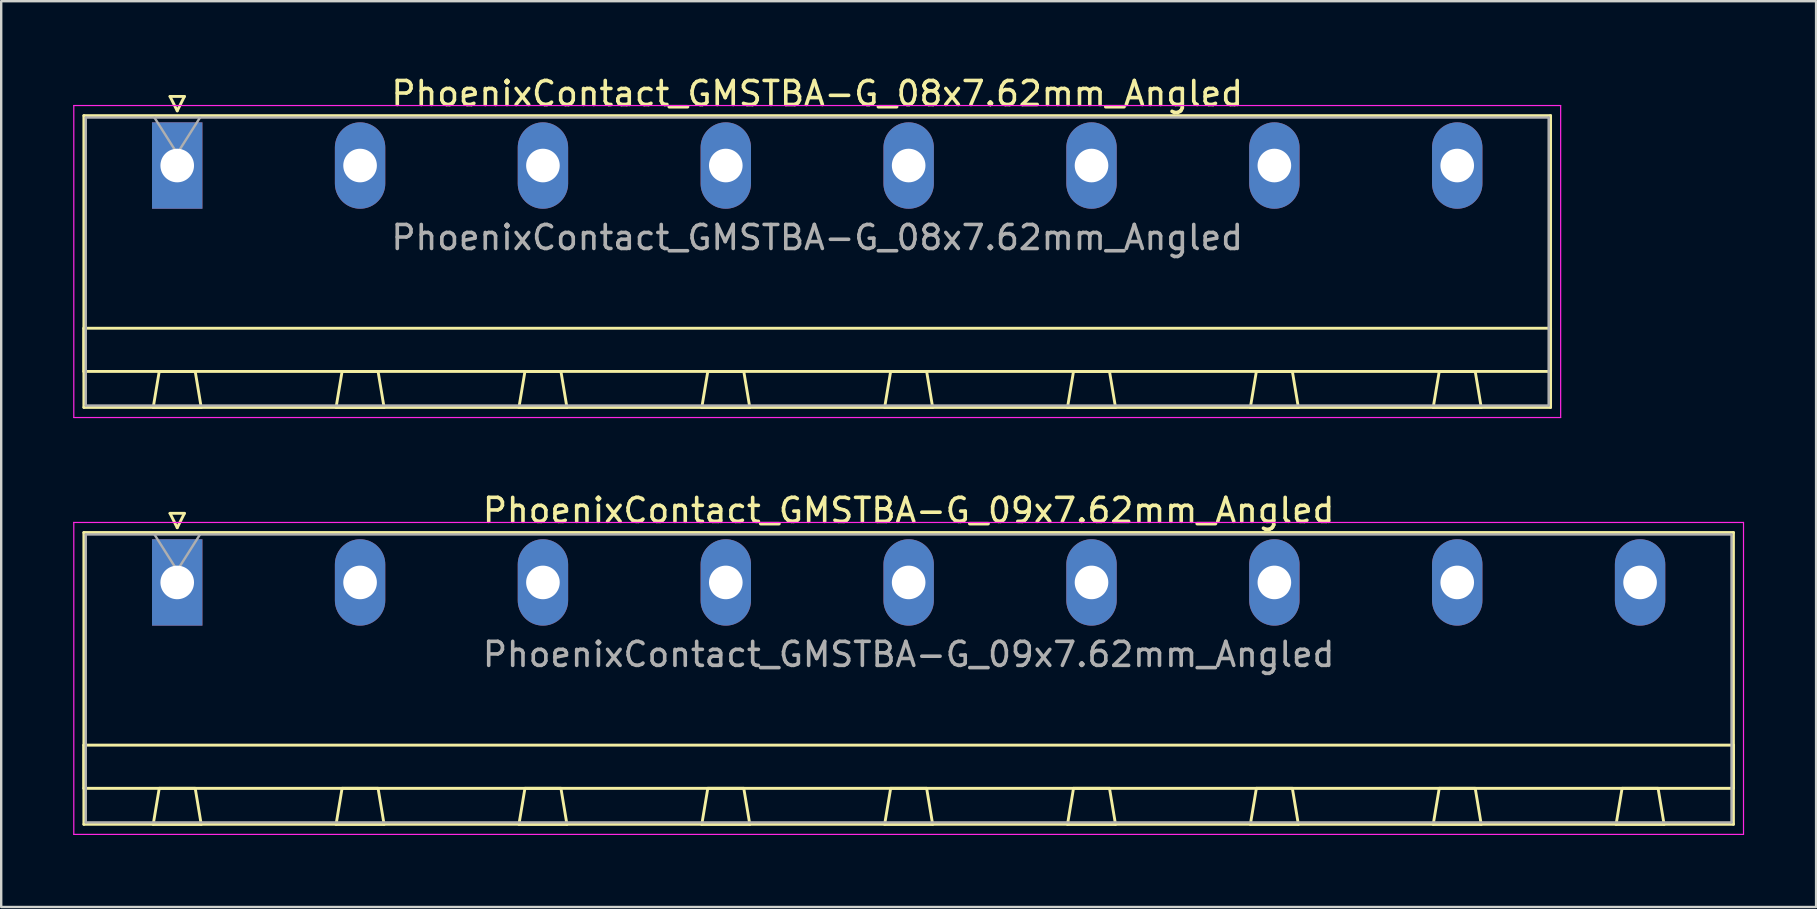
<source format=kicad_pcb>
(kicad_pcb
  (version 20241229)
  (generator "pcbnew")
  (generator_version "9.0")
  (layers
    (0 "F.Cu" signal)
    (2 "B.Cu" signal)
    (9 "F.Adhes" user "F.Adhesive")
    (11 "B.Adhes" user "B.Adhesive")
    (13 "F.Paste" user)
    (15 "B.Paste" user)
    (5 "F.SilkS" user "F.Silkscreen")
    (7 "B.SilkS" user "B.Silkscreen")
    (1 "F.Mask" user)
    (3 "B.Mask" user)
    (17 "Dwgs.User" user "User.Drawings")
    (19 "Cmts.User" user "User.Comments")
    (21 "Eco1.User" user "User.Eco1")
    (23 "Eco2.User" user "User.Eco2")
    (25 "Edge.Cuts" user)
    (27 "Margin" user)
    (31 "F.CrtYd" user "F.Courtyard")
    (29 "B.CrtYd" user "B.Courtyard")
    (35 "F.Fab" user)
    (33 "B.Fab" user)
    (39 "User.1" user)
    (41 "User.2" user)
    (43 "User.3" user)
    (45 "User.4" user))
  (footprint "PhoenixContact_GMSTBA-G_09x7.62mm_Angled"
    (layer "F.Cu")
    (at 4.335 21.221)
    (property "Reference" "PhoenixContact_GMSTBA-G_09x7.62mm_Angled" (at 30.48 -3 0) (layer "F.SilkS") (effects (font (size 1 1) (thickness 0.15))))
    (attr through_hole)
    (fp_line (start -3.89 -2.08) (end -3.89 10.08) (stroke (width 0.12) (type solid)) (layer "F.SilkS"))
    (fp_line (start -3.89 6.78) (end 64.85 6.78) (stroke (width 0.12) (type solid)) (layer "F.SilkS"))
    (fp_line (start -3.89 8.58) (end -3.89 6.78) (stroke (width 0.12) (type solid)) (layer "F.SilkS"))
    (fp_line (start -3.89 10.08) (end 64.85 10.08) (stroke (width 0.12) (type solid)) (layer "F.SilkS"))
    (fp_line (start -1 10.08) (end 1 10.08) (stroke (width 0.12) (type solid)) (layer "F.SilkS"))
    (fp_line (start -0.75 8.58) (end -1 10.08) (stroke (width 0.12) (type solid)) (layer "F.SilkS"))
    (fp_line (start -0.3 -2.88) (end 0.3 -2.88) (stroke (width 0.12) (type solid)) (layer "F.SilkS"))
    (fp_line (start 0 -2.28) (end -0.3 -2.88) (stroke (width 0.12) (type solid)) (layer "F.SilkS"))
    (fp_line (start 0.3 -2.88) (end 0 -2.28) (stroke (width 0.12) (type solid)) (layer "F.SilkS"))
    (fp_line (start 0.75 8.58) (end -0.75 8.58) (stroke (width 0.12) (type solid)) (layer "F.SilkS"))
    (fp_line (start 1 10.08) (end 0.75 8.58) (stroke (width 0.12) (type solid)) (layer "F.SilkS"))
    (fp_line (start 6.62 10.08) (end 8.62 10.08) (stroke (width 0.12) (type solid)) (layer "F.SilkS"))
    (fp_line (start 6.87 8.58) (end 6.62 10.08) (stroke (width 0.12) (type solid)) (layer "F.SilkS"))
    (fp_line (start 8.37 8.58) (end 6.87 8.58) (stroke (width 0.12) (type solid)) (layer "F.SilkS"))
    (fp_line (start 8.62 10.08) (end 8.37 8.58) (stroke (width 0.12) (type solid)) (layer "F.SilkS"))
    (fp_line (start 14.24 10.08) (end 16.24 10.08) (stroke (width 0.12) (type solid)) (layer "F.SilkS"))
    (fp_line (start 14.49 8.58) (end 14.24 10.08) (stroke (width 0.12) (type solid)) (layer "F.SilkS"))
    (fp_line (start 15.99 8.58) (end 14.49 8.58) (stroke (width 0.12) (type solid)) (layer "F.SilkS"))
    (fp_line (start 16.24 10.08) (end 15.99 8.58) (stroke (width 0.12) (type solid)) (layer "F.SilkS"))
    (fp_line (start 21.86 10.08) (end 23.86 10.08) (stroke (width 0.12) (type solid)) (layer "F.SilkS"))
    (fp_line (start 22.11 8.58) (end 21.86 10.08) (stroke (width 0.12) (type solid)) (layer "F.SilkS"))
    (fp_line (start 23.61 8.58) (end 22.11 8.58) (stroke (width 0.12) (type solid)) (layer "F.SilkS"))
    (fp_line (start 23.86 10.08) (end 23.61 8.58) (stroke (width 0.12) (type solid)) (layer "F.SilkS"))
    (fp_line (start 29.48 10.08) (end 31.48 10.08) (stroke (width 0.12) (type solid)) (layer "F.SilkS"))
    (fp_line (start 29.73 8.58) (end 29.48 10.08) (stroke (width 0.12) (type solid)) (layer "F.SilkS"))
    (fp_line (start 31.23 8.58) (end 29.73 8.58) (stroke (width 0.12) (type solid)) (layer "F.SilkS"))
    (fp_line (start 31.48 10.08) (end 31.23 8.58) (stroke (width 0.12) (type solid)) (layer "F.SilkS"))
    (fp_line (start 37.1 10.08) (end 39.1 10.08) (stroke (width 0.12) (type solid)) (layer "F.SilkS"))
    (fp_line (start 37.35 8.58) (end 37.1 10.08) (stroke (width 0.12) (type solid)) (layer "F.SilkS"))
    (fp_line (start 38.85 8.58) (end 37.35 8.58) (stroke (width 0.12) (type solid)) (layer "F.SilkS"))
    (fp_line (start 39.1 10.08) (end 38.85 8.58) (stroke (width 0.12) (type solid)) (layer "F.SilkS"))
    (fp_line (start 44.72 10.08) (end 46.72 10.08) (stroke (width 0.12) (type solid)) (layer "F.SilkS"))
    (fp_line (start 44.97 8.58) (end 44.72 10.08) (stroke (width 0.12) (type solid)) (layer "F.SilkS"))
    (fp_line (start 46.47 8.58) (end 44.97 8.58) (stroke (width 0.12) (type solid)) (layer "F.SilkS"))
    (fp_line (start 46.72 10.08) (end 46.47 8.58) (stroke (width 0.12) (type solid)) (layer "F.SilkS"))
    (fp_line (start 52.34 10.08) (end 54.34 10.08) (stroke (width 0.12) (type solid)) (layer "F.SilkS"))
    (fp_line (start 52.59 8.58) (end 52.34 10.08) (stroke (width 0.12) (type solid)) (layer "F.SilkS"))
    (fp_line (start 54.09 8.58) (end 52.59 8.58) (stroke (width 0.12) (type solid)) (layer "F.SilkS"))
    (fp_line (start 54.34 10.08) (end 54.09 8.58) (stroke (width 0.12) (type solid)) (layer "F.SilkS"))
    (fp_line (start 59.96 10.08) (end 61.96 10.08) (stroke (width 0.12) (type solid)) (layer "F.SilkS"))
    (fp_line (start 60.21 8.58) (end 59.96 10.08) (stroke (width 0.12) (type solid)) (layer "F.SilkS"))
    (fp_line (start 61.71 8.58) (end 60.21 8.58) (stroke (width 0.12) (type solid)) (layer "F.SilkS"))
    (fp_line (start 61.96 10.08) (end 61.71 8.58) (stroke (width 0.12) (type solid)) (layer "F.SilkS"))
    (fp_line (start 64.85 -2.08) (end -3.89 -2.08) (stroke (width 0.12) (type solid)) (layer "F.SilkS"))
    (fp_line (start 64.85 6.78) (end 64.85 8.58) (stroke (width 0.12) (type solid)) (layer "F.SilkS"))
    (fp_line (start 64.85 8.58) (end -3.89 8.58) (stroke (width 0.12) (type solid)) (layer "F.SilkS"))
    (fp_line (start 64.85 10.08) (end 64.85 -2.08) (stroke (width 0.12) (type solid)) (layer "F.SilkS"))
    (fp_line (start -4.31 -2.5) (end -4.31 10.5) (stroke (width 0.05) (type solid)) (layer "F.CrtYd"))
    (fp_line (start -4.31 10.5) (end 65.27 10.5) (stroke (width 0.05) (type solid)) (layer "F.CrtYd"))
    (fp_line (start 65.27 -2.5) (end -4.31 -2.5) (stroke (width 0.05) (type solid)) (layer "F.CrtYd"))
    (fp_line (start 65.27 10.5) (end 65.27 -2.5) (stroke (width 0.05) (type solid)) (layer "F.CrtYd"))
    (fp_line (start -3.81 -2) (end -3.81 10) (stroke (width 0.1) (type solid)) (layer "F.Fab"))
    (fp_line (start -3.81 10) (end 64.77 10) (stroke (width 0.1) (type solid)) (layer "F.Fab"))
    (fp_line (start 0 -0.5) (end -0.95 -2) (stroke (width 0.1) (type solid)) (layer "F.Fab"))
    (fp_line (start 0.95 -2) (end 0 -0.5) (stroke (width 0.1) (type solid)) (layer "F.Fab"))
    (fp_line (start 64.77 -2) (end -3.81 -2) (stroke (width 0.1) (type solid)) (layer "F.Fab"))
    (fp_line (start 64.77 10) (end 64.77 -2) (stroke (width 0.1) (type solid)) (layer "F.Fab"))
    (fp_text user "${REFERENCE}" (at 30.48 3 0) (layer "F.Fab") (effects (font (size 1 1) (thickness 0.15))))
    (pad "1" thru_hole rect (at 0 0) (size 2.1 3.6) (drill 1.4) (layers "*.Cu" "*.Mask"))
    (pad "2" thru_hole oval (at 7.62 0) (size 2.1 3.6) (drill 1.4) (layers "*.Cu" "*.Mask"))
    (pad "3" thru_hole oval (at 15.24 0) (size 2.1 3.6) (drill 1.4) (layers "*.Cu" "*.Mask"))
    (pad "4" thru_hole oval (at 22.86 0) (size 2.1 3.6) (drill 1.4) (layers "*.Cu" "*.Mask"))
    (pad "5" thru_hole oval (at 30.48 0) (size 2.1 3.6) (drill 1.4) (layers "*.Cu" "*.Mask"))
    (pad "6" thru_hole oval (at 38.1 0) (size 2.1 3.6) (drill 1.4) (layers "*.Cu" "*.Mask"))
    (pad "7" thru_hole oval (at 45.72 0) (size 2.1 3.6) (drill 1.4) (layers "*.Cu" "*.Mask"))
    (pad "8" thru_hole oval (at 53.34 0) (size 2.1 3.6) (drill 1.4) (layers "*.Cu" "*.Mask"))
    (pad "9" thru_hole oval (at 60.96 0) (size 2.1 3.6) (drill 1.4) (layers "*.Cu" "*.Mask")))
  (footprint "PhoenixContact_GMSTBA-G_08x7.62mm_Angled"
    (layer "F.Cu")
    (at 4.335 3.848)
    (property "Reference" "PhoenixContact_GMSTBA-G_08x7.62mm_Angled" (at 26.67 -3 0) (layer "F.SilkS") (effects (font (size 1 1) (thickness 0.15))))
    (attr through_hole)
    (fp_line (start -3.89 -2.08) (end -3.89 10.08) (stroke (width 0.12) (type solid)) (layer "F.SilkS"))
    (fp_line (start -3.89 6.78) (end 57.23 6.78) (stroke (width 0.12) (type solid)) (layer "F.SilkS"))
    (fp_line (start -3.89 8.58) (end -3.89 6.78) (stroke (width 0.12) (type solid)) (layer "F.SilkS"))
    (fp_line (start -3.89 10.08) (end 57.23 10.08) (stroke (width 0.12) (type solid)) (layer "F.SilkS"))
    (fp_line (start -1 10.08) (end 1 10.08) (stroke (width 0.12) (type solid)) (layer "F.SilkS"))
    (fp_line (start -0.75 8.58) (end -1 10.08) (stroke (width 0.12) (type solid)) (layer "F.SilkS"))
    (fp_line (start -0.3 -2.88) (end 0.3 -2.88) (stroke (width 0.12) (type solid)) (layer "F.SilkS"))
    (fp_line (start 0 -2.28) (end -0.3 -2.88) (stroke (width 0.12) (type solid)) (layer "F.SilkS"))
    (fp_line (start 0.3 -2.88) (end 0 -2.28) (stroke (width 0.12) (type solid)) (layer "F.SilkS"))
    (fp_line (start 0.75 8.58) (end -0.75 8.58) (stroke (width 0.12) (type solid)) (layer "F.SilkS"))
    (fp_line (start 1 10.08) (end 0.75 8.58) (stroke (width 0.12) (type solid)) (layer "F.SilkS"))
    (fp_line (start 6.62 10.08) (end 8.62 10.08) (stroke (width 0.12) (type solid)) (layer "F.SilkS"))
    (fp_line (start 6.87 8.58) (end 6.62 10.08) (stroke (width 0.12) (type solid)) (layer "F.SilkS"))
    (fp_line (start 8.37 8.58) (end 6.87 8.58) (stroke (width 0.12) (type solid)) (layer "F.SilkS"))
    (fp_line (start 8.62 10.08) (end 8.37 8.58) (stroke (width 0.12) (type solid)) (layer "F.SilkS"))
    (fp_line (start 14.24 10.08) (end 16.24 10.08) (stroke (width 0.12) (type solid)) (layer "F.SilkS"))
    (fp_line (start 14.49 8.58) (end 14.24 10.08) (stroke (width 0.12) (type solid)) (layer "F.SilkS"))
    (fp_line (start 15.99 8.58) (end 14.49 8.58) (stroke (width 0.12) (type solid)) (layer "F.SilkS"))
    (fp_line (start 16.24 10.08) (end 15.99 8.58) (stroke (width 0.12) (type solid)) (layer "F.SilkS"))
    (fp_line (start 21.86 10.08) (end 23.86 10.08) (stroke (width 0.12) (type solid)) (layer "F.SilkS"))
    (fp_line (start 22.11 8.58) (end 21.86 10.08) (stroke (width 0.12) (type solid)) (layer "F.SilkS"))
    (fp_line (start 23.61 8.58) (end 22.11 8.58) (stroke (width 0.12) (type solid)) (layer "F.SilkS"))
    (fp_line (start 23.86 10.08) (end 23.61 8.58) (stroke (width 0.12) (type solid)) (layer "F.SilkS"))
    (fp_line (start 29.48 10.08) (end 31.48 10.08) (stroke (width 0.12) (type solid)) (layer "F.SilkS"))
    (fp_line (start 29.73 8.58) (end 29.48 10.08) (stroke (width 0.12) (type solid)) (layer "F.SilkS"))
    (fp_line (start 31.23 8.58) (end 29.73 8.58) (stroke (width 0.12) (type solid)) (layer "F.SilkS"))
    (fp_line (start 31.48 10.08) (end 31.23 8.58) (stroke (width 0.12) (type solid)) (layer "F.SilkS"))
    (fp_line (start 37.1 10.08) (end 39.1 10.08) (stroke (width 0.12) (type solid)) (layer "F.SilkS"))
    (fp_line (start 37.35 8.58) (end 37.1 10.08) (stroke (width 0.12) (type solid)) (layer "F.SilkS"))
    (fp_line (start 38.85 8.58) (end 37.35 8.58) (stroke (width 0.12) (type solid)) (layer "F.SilkS"))
    (fp_line (start 39.1 10.08) (end 38.85 8.58) (stroke (width 0.12) (type solid)) (layer "F.SilkS"))
    (fp_line (start 44.72 10.08) (end 46.72 10.08) (stroke (width 0.12) (type solid)) (layer "F.SilkS"))
    (fp_line (start 44.97 8.58) (end 44.72 10.08) (stroke (width 0.12) (type solid)) (layer "F.SilkS"))
    (fp_line (start 46.47 8.58) (end 44.97 8.58) (stroke (width 0.12) (type solid)) (layer "F.SilkS"))
    (fp_line (start 46.72 10.08) (end 46.47 8.58) (stroke (width 0.12) (type solid)) (layer "F.SilkS"))
    (fp_line (start 52.34 10.08) (end 54.34 10.08) (stroke (width 0.12) (type solid)) (layer "F.SilkS"))
    (fp_line (start 52.59 8.58) (end 52.34 10.08) (stroke (width 0.12) (type solid)) (layer "F.SilkS"))
    (fp_line (start 54.09 8.58) (end 52.59 8.58) (stroke (width 0.12) (type solid)) (layer "F.SilkS"))
    (fp_line (start 54.34 10.08) (end 54.09 8.58) (stroke (width 0.12) (type solid)) (layer "F.SilkS"))
    (fp_line (start 57.23 -2.08) (end -3.89 -2.08) (stroke (width 0.12) (type solid)) (layer "F.SilkS"))
    (fp_line (start 57.23 6.78) (end 57.23 8.58) (stroke (width 0.12) (type solid)) (layer "F.SilkS"))
    (fp_line (start 57.23 8.58) (end -3.89 8.58) (stroke (width 0.12) (type solid)) (layer "F.SilkS"))
    (fp_line (start 57.23 10.08) (end 57.23 -2.08) (stroke (width 0.12) (type solid)) (layer "F.SilkS"))
    (fp_line (start -4.31 -2.5) (end -4.31 10.5) (stroke (width 0.05) (type solid)) (layer "F.CrtYd"))
    (fp_line (start -4.31 10.5) (end 57.65 10.5) (stroke (width 0.05) (type solid)) (layer "F.CrtYd"))
    (fp_line (start 57.65 -2.5) (end -4.31 -2.5) (stroke (width 0.05) (type solid)) (layer "F.CrtYd"))
    (fp_line (start 57.65 10.5) (end 57.65 -2.5) (stroke (width 0.05) (type solid)) (layer "F.CrtYd"))
    (fp_line (start -3.81 -2) (end -3.81 10) (stroke (width 0.1) (type solid)) (layer "F.Fab"))
    (fp_line (start -3.81 10) (end 57.15 10) (stroke (width 0.1) (type solid)) (layer "F.Fab"))
    (fp_line (start 0 -0.5) (end -0.95 -2) (stroke (width 0.1) (type solid)) (layer "F.Fab"))
    (fp_line (start 0.95 -2) (end 0 -0.5) (stroke (width 0.1) (type solid)) (layer "F.Fab"))
    (fp_line (start 57.15 -2) (end -3.81 -2) (stroke (width 0.1) (type solid)) (layer "F.Fab"))
    (fp_line (start 57.15 10) (end 57.15 -2) (stroke (width 0.1) (type solid)) (layer "F.Fab"))
    (fp_text user "${REFERENCE}" (at 26.67 3 0) (layer "F.Fab") (effects (font (size 1 1) (thickness 0.15))))
    (pad "1" thru_hole rect (at 0 0) (size 2.1 3.6) (drill 1.4) (layers "*.Cu" "*.Mask"))
    (pad "2" thru_hole oval (at 7.62 0) (size 2.1 3.6) (drill 1.4) (layers "*.Cu" "*.Mask"))
    (pad "3" thru_hole oval (at 15.24 0) (size 2.1 3.6) (drill 1.4) (layers "*.Cu" "*.Mask"))
    (pad "4" thru_hole oval (at 22.86 0) (size 2.1 3.6) (drill 1.4) (layers "*.Cu" "*.Mask"))
    (pad "5" thru_hole oval (at 30.48 0) (size 2.1 3.6) (drill 1.4) (layers "*.Cu" "*.Mask"))
    (pad "6" thru_hole oval (at 38.1 0) (size 2.1 3.6) (drill 1.4) (layers "*.Cu" "*.Mask"))
    (pad "7" thru_hole oval (at 45.72 0) (size 2.1 3.6) (drill 1.4) (layers "*.Cu" "*.Mask"))
    (pad "8" thru_hole oval (at 53.34 0) (size 2.1 3.6) (drill 1.4) (layers "*.Cu" "*.Mask")))
  (gr_rect
    (start -3 -3)
    (end 72.63 34.746)
    (stroke (width 0.1) (type default))
    (fill no)
    (layer "Edge.Cuts")))
</source>
